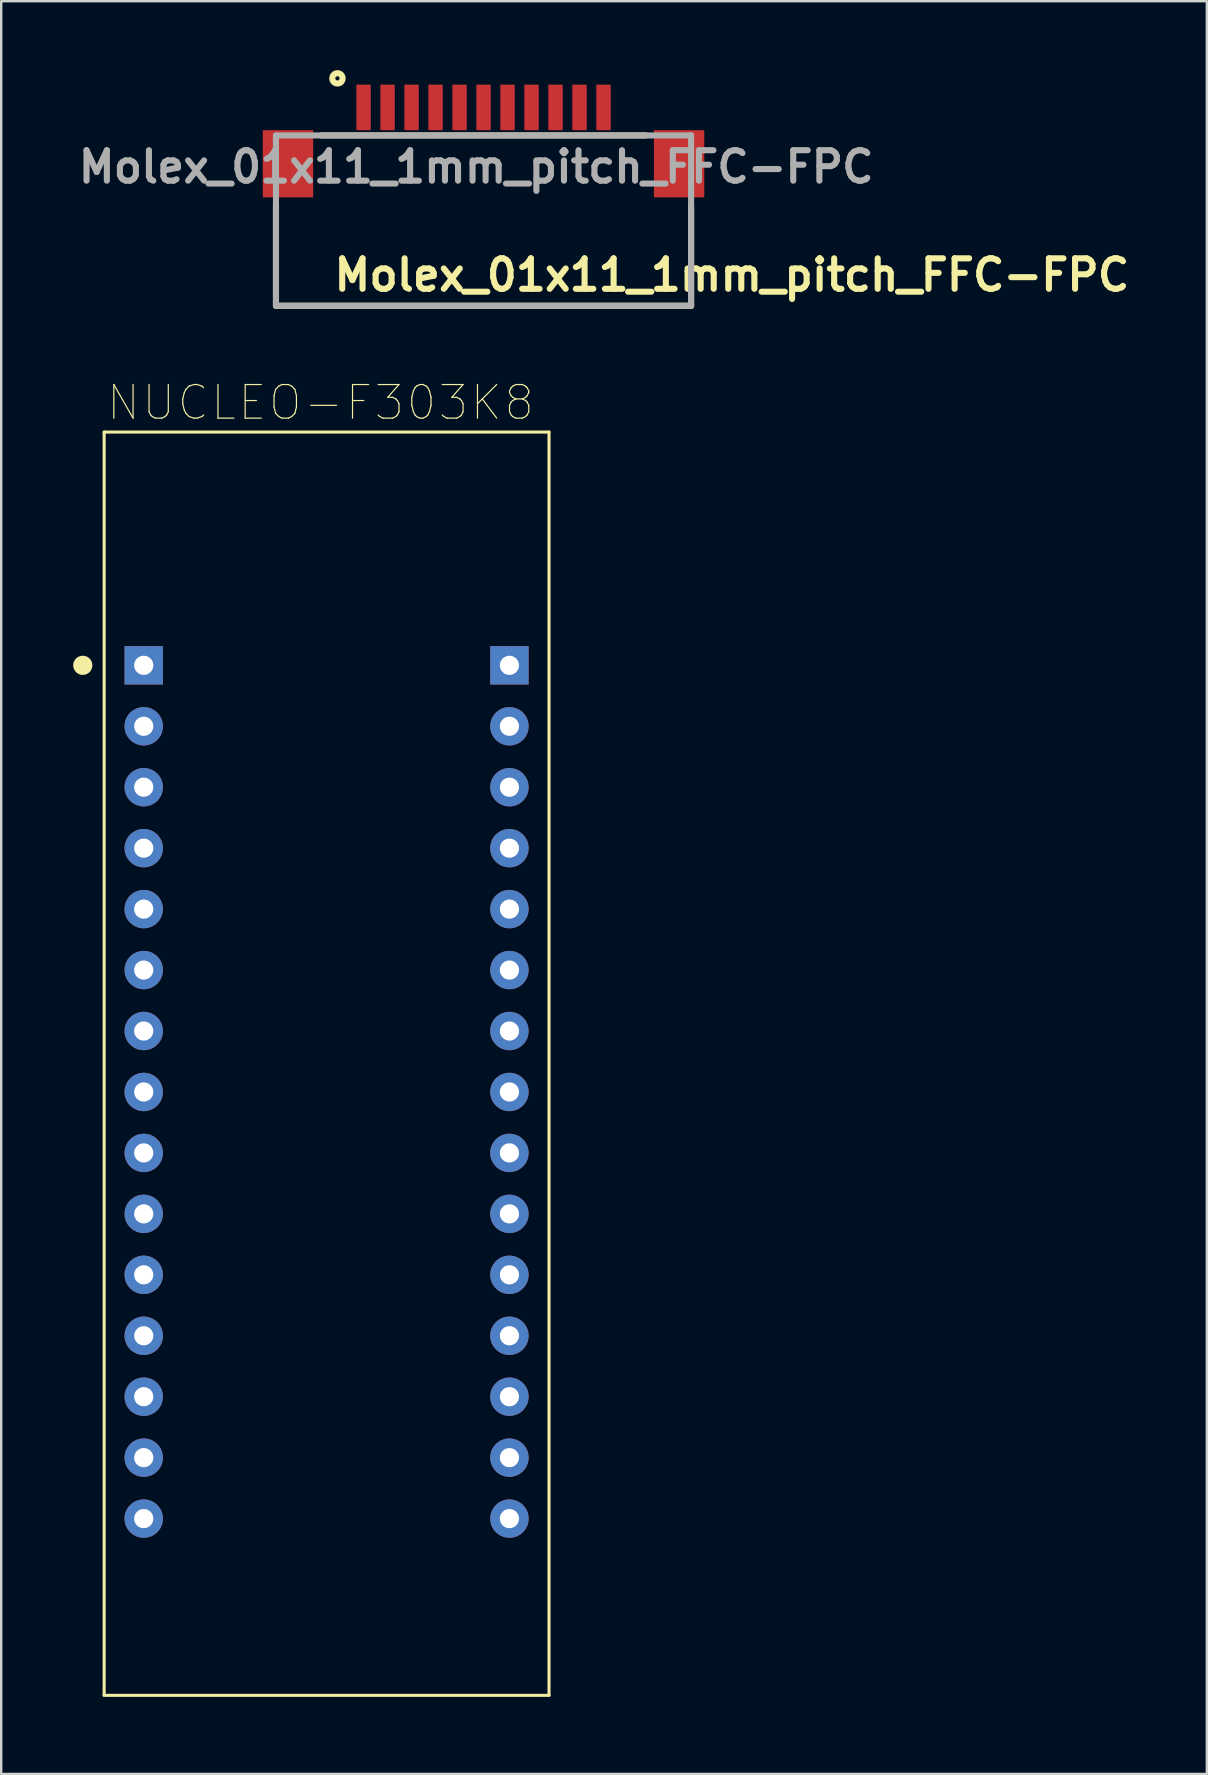
<source format=kicad_pcb>
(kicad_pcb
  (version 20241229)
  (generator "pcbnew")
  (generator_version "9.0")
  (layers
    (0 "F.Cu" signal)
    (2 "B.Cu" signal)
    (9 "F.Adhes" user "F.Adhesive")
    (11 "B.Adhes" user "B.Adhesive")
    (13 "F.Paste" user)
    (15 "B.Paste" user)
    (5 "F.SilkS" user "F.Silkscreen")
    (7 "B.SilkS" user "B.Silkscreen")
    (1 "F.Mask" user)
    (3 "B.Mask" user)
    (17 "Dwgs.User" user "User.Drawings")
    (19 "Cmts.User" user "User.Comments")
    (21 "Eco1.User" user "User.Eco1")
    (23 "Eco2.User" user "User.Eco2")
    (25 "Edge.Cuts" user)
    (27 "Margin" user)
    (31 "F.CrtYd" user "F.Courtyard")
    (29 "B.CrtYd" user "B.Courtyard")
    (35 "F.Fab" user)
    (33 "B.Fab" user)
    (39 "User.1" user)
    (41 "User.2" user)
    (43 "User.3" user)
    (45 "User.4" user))
  (footprint "Molex_01x11_1mm_pitch_FFC-FPC"
    (layer "F.Cu")
    (at 8.451 2.594)
    (property "Reference" "Molex_01x11_1mm_pitch_FFC-FPC" (at 18.999 5.817 0) (layer "F.SilkS") (effects (font (size 1.27 1.27) (thickness 0.254))))
    (attr smd)
    (fp_line (start 0 7.1) (end 0 2.934) (stroke (width 0.254) (type solid)) (layer "F.SilkS"))
    (fp_line (start 1.895 0) (end 15.413 0) (stroke (width 0.254) (type solid)) (layer "F.SilkS"))
    (fp_line (start 17.3 7.1) (end 0 7.1) (stroke (width 0.254) (type solid)) (layer "F.SilkS"))
    (fp_line (start 17.3 7.1) (end 17.3 2.956) (stroke (width 0.254) (type solid)) (layer "F.SilkS"))
    (fp_circle (center 2.562 -2.379) (end 2.562 -2.291) (stroke (width 0.254) (type solid)) (fill no) (layer "F.SilkS"))
    (fp_line (start 0 0) (end 17.3 0) (stroke (width 0.254) (type solid)) (layer "F.Fab"))
    (fp_line (start 0 7.1) (end 0 0) (stroke (width 0.254) (type solid)) (layer "F.Fab"))
    (fp_line (start 17.3 0) (end 17.3 7.1) (stroke (width 0.254) (type solid)) (layer "F.Fab"))
    (fp_line (start 17.3 7.1) (end 0 7.1) (stroke (width 0.254) (type solid)) (layer "F.Fab"))
    (fp_text user "${REFERENCE}" (at 8.343 1.311 0) (layer "F.Fab") (effects (font (size 1.27 1.27) (thickness 0.254))))
    (pad "1" smd rect (at 3.65 -1.168) (size 0.6 1.9) (layers "F.Cu" "F.Mask" "F.Paste"))
    (pad "2" smd rect (at 4.65 -1.168) (size 0.6 1.9) (layers "F.Cu" "F.Mask" "F.Paste"))
    (pad "3" smd rect (at 5.65 -1.168) (size 0.6 1.9) (layers "F.Cu" "F.Mask" "F.Paste"))
    (pad "4" smd rect (at 6.65 -1.168) (size 0.6 1.9) (layers "F.Cu" "F.Mask" "F.Paste"))
    (pad "5" smd rect (at 7.65 -1.168) (size 0.6 1.9) (layers "F.Cu" "F.Mask" "F.Paste"))
    (pad "6" smd rect (at 8.65 -1.168) (size 0.6 1.9) (layers "F.Cu" "F.Mask" "F.Paste"))
    (pad "7" smd rect (at 9.65 -1.168) (size 0.6 1.9) (layers "F.Cu" "F.Mask" "F.Paste"))
    (pad "8" smd rect (at 10.65 -1.168) (size 0.6 1.9) (layers "F.Cu" "F.Mask" "F.Paste"))
    (pad "9" smd rect (at 11.65 -1.168) (size 0.6 1.9) (layers "F.Cu" "F.Mask" "F.Paste"))
    (pad "10" smd rect (at 12.65 -1.168) (size 0.6 1.9) (layers "F.Cu" "F.Mask" "F.Paste"))
    (pad "11" smd rect (at 13.65 -1.168) (size 0.6 1.9) (layers "F.Cu" "F.Mask" "F.Paste"))
    (pad "12" smd rect (at 0.5 1.182) (size 2.1 2.8) (layers "F.Cu" "F.Mask" "F.Paste"))
    (pad "13" smd rect (at 16.8 1.182) (size 2.1 2.8) (layers "F.Cu" "F.Mask" "F.Paste")))
  (footprint "NUCLEO-F303K8"
    (layer "F.Cu")
    (at 10.56 42.457)
    (property "Reference" "NUCLEO-F303K8" (at -0.254 -28.727 0) (layer "F.SilkS") (effects (font (size 1.402 1.402) (thickness 0.05))))
    (attr through_hole)
    (fp_line (start -9.27 -27.5) (end 9.27 -27.5) (stroke (width 0.127) (type solid)) (layer "F.SilkS"))
    (fp_line (start -9.27 25.145) (end -9.27 -27.5) (stroke (width 0.127) (type solid)) (layer "F.SilkS"))
    (fp_line (start 9.27 -27.5) (end 9.27 25.145) (stroke (width 0.127) (type solid)) (layer "F.SilkS"))
    (fp_line (start 9.27 25.145) (end -9.27 25.145) (stroke (width 0.127) (type solid)) (layer "F.SilkS"))
    (fp_circle (center -10.16 -17.78) (end -9.96 -17.78) (stroke (width 0.4) (type solid)) (fill no) (layer "F.SilkS"))
    (fp_line (start -9.52 -27.75) (end 9.52 -27.75) (stroke (width 0.05) (type solid)) (layer "Eco1.User"))
    (fp_line (start -9.52 25.395) (end -9.52 -27.75) (stroke (width 0.05) (type solid)) (layer "Eco1.User"))
    (fp_line (start 9.52 -27.75) (end 9.52 25.395) (stroke (width 0.05) (type solid)) (layer "Eco1.User"))
    (fp_line (start 9.52 25.395) (end -9.52 25.395) (stroke (width 0.05) (type solid)) (layer "Eco1.User"))
    (fp_line (start -9.27 -27.5) (end 9.27 -27.5) (stroke (width 0.127) (type solid)) (layer "Eco2.User"))
    (fp_line (start -9.27 25.145) (end -9.27 -27.5) (stroke (width 0.127) (type solid)) (layer "Eco2.User"))
    (fp_line (start 9.27 -27.5) (end 9.27 25.145) (stroke (width 0.127) (type solid)) (layer "Eco2.User"))
    (fp_line (start 9.27 25.145) (end -9.27 25.145) (stroke (width 0.127) (type solid)) (layer "Eco2.User"))
    (pad "1" thru_hole rect (at -7.62 -17.78) (size 1.6 1.6) (drill 0.8) (layers "*.Cu" "*.Mask"))
    (pad "2" thru_hole circle (at -7.62 -15.24) (size 1.6 1.6) (drill 0.8) (layers "*.Cu" "*.Mask"))
    (pad "3" thru_hole circle (at -7.62 -12.7) (size 1.6 1.6) (drill 0.8) (layers "*.Cu" "*.Mask"))
    (pad "4" thru_hole circle (at -7.62 -10.16) (size 1.6 1.6) (drill 0.8) (layers "*.Cu" "*.Mask"))
    (pad "5" thru_hole circle (at -7.62 -7.62) (size 1.6 1.6) (drill 0.8) (layers "*.Cu" "*.Mask"))
    (pad "6" thru_hole circle (at -7.62 -5.08) (size 1.6 1.6) (drill 0.8) (layers "*.Cu" "*.Mask"))
    (pad "7" thru_hole circle (at -7.62 -2.54) (size 1.6 1.6) (drill 0.8) (layers "*.Cu" "*.Mask"))
    (pad "8" thru_hole circle (at -7.62 0) (size 1.6 1.6) (drill 0.8) (layers "*.Cu" "*.Mask"))
    (pad "9" thru_hole circle (at -7.62 2.54) (size 1.6 1.6) (drill 0.8) (layers "*.Cu" "*.Mask"))
    (pad "10" thru_hole circle (at -7.62 5.08) (size 1.6 1.6) (drill 0.8) (layers "*.Cu" "*.Mask"))
    (pad "11" thru_hole circle (at -7.62 7.62) (size 1.6 1.6) (drill 0.8) (layers "*.Cu" "*.Mask"))
    (pad "12" thru_hole circle (at -7.62 10.16) (size 1.6 1.6) (drill 0.8) (layers "*.Cu" "*.Mask"))
    (pad "13" thru_hole circle (at -7.62 12.7) (size 1.6 1.6) (drill 0.8) (layers "*.Cu" "*.Mask"))
    (pad "14" thru_hole circle (at -7.62 15.24) (size 1.6 1.6) (drill 0.8) (layers "*.Cu" "*.Mask"))
    (pad "15" thru_hole circle (at -7.62 17.78) (size 1.6 1.6) (drill 0.8) (layers "*.Cu" "*.Mask"))
    (pad "16" thru_hole circle (at 7.62 17.78) (size 1.6 1.6) (drill 0.8) (layers "*.Cu" "*.Mask"))
    (pad "17" thru_hole circle (at 7.62 15.24) (size 1.6 1.6) (drill 0.8) (layers "*.Cu" "*.Mask"))
    (pad "18" thru_hole circle (at 7.62 12.7) (size 1.6 1.6) (drill 0.8) (layers "*.Cu" "*.Mask"))
    (pad "19" thru_hole circle (at 7.62 10.16) (size 1.6 1.6) (drill 0.8) (layers "*.Cu" "*.Mask"))
    (pad "20" thru_hole circle (at 7.62 7.62) (size 1.6 1.6) (drill 0.8) (layers "*.Cu" "*.Mask"))
    (pad "21" thru_hole circle (at 7.62 5.08) (size 1.6 1.6) (drill 0.8) (layers "*.Cu" "*.Mask"))
    (pad "22" thru_hole circle (at 7.62 2.54) (size 1.6 1.6) (drill 0.8) (layers "*.Cu" "*.Mask"))
    (pad "23" thru_hole circle (at 7.62 0) (size 1.6 1.6) (drill 0.8) (layers "*.Cu" "*.Mask"))
    (pad "24" thru_hole circle (at 7.62 -2.54) (size 1.6 1.6) (drill 0.8) (layers "*.Cu" "*.Mask"))
    (pad "25" thru_hole circle (at 7.62 -5.08) (size 1.6 1.6) (drill 0.8) (layers "*.Cu" "*.Mask"))
    (pad "26" thru_hole circle (at 7.62 -7.62) (size 1.6 1.6) (drill 0.8) (layers "*.Cu" "*.Mask"))
    (pad "27" thru_hole circle (at 7.62 -10.16) (size 1.6 1.6) (drill 0.8) (layers "*.Cu" "*.Mask"))
    (pad "28" thru_hole circle (at 7.62 -12.7) (size 1.6 1.6) (drill 0.8) (layers "*.Cu" "*.Mask"))
    (pad "29" thru_hole circle (at 7.62 -15.24) (size 1.6 1.6) (drill 0.8) (layers "*.Cu" "*.Mask"))
    (pad "30" thru_hole rect (at 7.62 -17.78) (size 1.6 1.6) (drill 0.8) (layers "*.Cu" "*.Mask")))
  (gr_rect
    (start -3 -3)
    (end 47.245 70.877)
    (stroke (width 0.1) (type default))
    (fill no)
    (layer "Edge.Cuts")))
</source>
